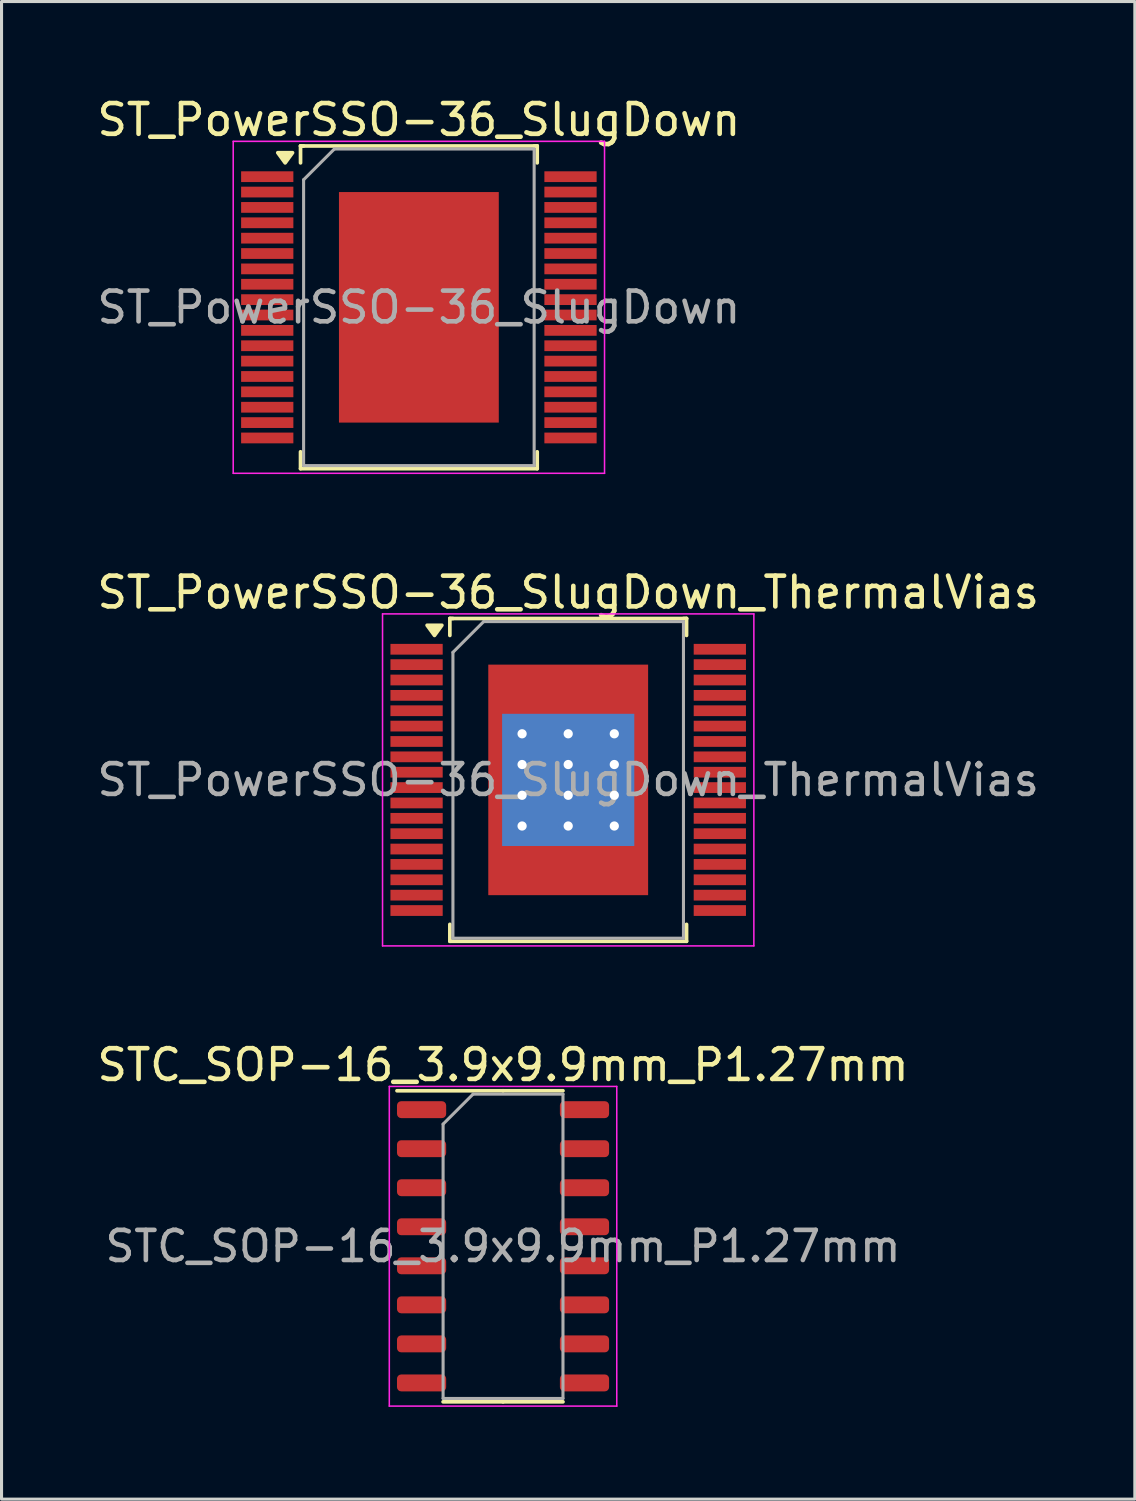
<source format=kicad_pcb>
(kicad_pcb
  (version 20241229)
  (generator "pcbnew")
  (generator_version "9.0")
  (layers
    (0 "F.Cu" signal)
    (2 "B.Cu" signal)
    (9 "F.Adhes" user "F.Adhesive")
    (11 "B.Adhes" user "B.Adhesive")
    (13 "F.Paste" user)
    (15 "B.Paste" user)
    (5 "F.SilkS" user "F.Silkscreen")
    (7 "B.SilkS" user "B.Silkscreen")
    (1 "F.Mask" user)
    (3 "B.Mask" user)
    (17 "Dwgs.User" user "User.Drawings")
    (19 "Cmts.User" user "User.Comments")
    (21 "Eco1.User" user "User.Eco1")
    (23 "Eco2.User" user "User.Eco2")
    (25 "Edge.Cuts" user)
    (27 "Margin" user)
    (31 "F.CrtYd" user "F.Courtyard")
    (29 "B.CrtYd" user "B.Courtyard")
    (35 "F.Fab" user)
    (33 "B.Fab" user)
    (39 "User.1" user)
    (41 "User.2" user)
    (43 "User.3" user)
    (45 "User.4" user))
  (footprint "ST_PowerSSO-36_SlugDown"
    (layer "F.Cu")
    (at 10.577 6.948)
    (property "Reference" "ST_PowerSSO-36_SlugDown" (at 0 -6.1 0) (layer "F.SilkS") (effects (font (size 1 1) (thickness 0.15))))
    (attr smd)
    (fp_line (start -3.85 -5.25) (end -3.85 -4.7) (stroke (width 0.12) (type solid)) (layer "F.SilkS"))
    (fp_line (start -3.85 5.25) (end -3.85 4.7) (stroke (width 0.12) (type solid)) (layer "F.SilkS"))
    (fp_line (start -3.75 -5.25) (end -3.85 -5.25) (stroke (width 0.12) (type solid)) (layer "F.SilkS"))
    (fp_line (start 3.75 -5.25) (end 3.85 -5.25) (stroke (width 0.12) (type solid)) (layer "F.SilkS"))
    (fp_line (start 3.85 -5.25) (end -3.85 -5.25) (stroke (width 0.12) (type solid)) (layer "F.SilkS"))
    (fp_line (start 3.85 -5.25) (end 3.85 -4.7) (stroke (width 0.12) (type solid)) (layer "F.SilkS"))
    (fp_line (start 3.85 5.25) (end -3.85 5.25) (stroke (width 0.12) (type solid)) (layer "F.SilkS"))
    (fp_line (start 3.85 5.25) (end 3.85 4.7) (stroke (width 0.12) (type solid)) (layer "F.SilkS"))
    (fp_poly (pts (xy -4.35 -4.7) (xy -4.59 -5.03) (xy -4.11 -5.03) (xy -4.35 -4.7)) (stroke (width 0.12) (type solid)) (fill yes) (layer "F.SilkS"))
    (fp_line (start -6.04 -5.4) (end -6.04 5.4) (stroke (width 0.05) (type solid)) (layer "F.CrtYd"))
    (fp_line (start -6.04 -5.4) (end 6.04 -5.4) (stroke (width 0.05) (type solid)) (layer "F.CrtYd"))
    (fp_line (start 6.04 5.4) (end -6.04 5.4) (stroke (width 0.05) (type solid)) (layer "F.CrtYd"))
    (fp_line (start 6.04 5.4) (end 6.04 -5.4) (stroke (width 0.05) (type solid)) (layer "F.CrtYd"))
    (fp_line (start -3.75 -4.15) (end -3.75 5.15) (stroke (width 0.1) (type solid)) (layer "F.Fab"))
    (fp_line (start -3.75 5.15) (end 3.75 5.15) (stroke (width 0.1) (type solid)) (layer "F.Fab"))
    (fp_line (start -2.75 -5.15) (end -3.75 -4.15) (stroke (width 0.1) (type solid)) (layer "F.Fab"))
    (fp_line (start 3.75 -5.15) (end -2.75 -5.15) (stroke (width 0.1) (type solid)) (layer "F.Fab"))
    (fp_line (start 3.75 5.15) (end 3.75 -5.15) (stroke (width 0.1) (type solid)) (layer "F.Fab"))
    (fp_text user "${REFERENCE}" (at 0 0 0) (layer "F.Fab") (effects (font (size 1 1) (thickness 0.15))))
    (pad "1" smd rect (at -4.933 -4.25) (size 1.7 0.35) (layers "F.Cu" "F.Mask" "F.Paste"))
    (pad "2" smd rect (at -4.933 -3.75) (size 1.7 0.35) (layers "F.Cu" "F.Mask" "F.Paste"))
    (pad "3" smd rect (at -4.933 -3.25) (size 1.7 0.35) (layers "F.Cu" "F.Mask" "F.Paste"))
    (pad "4" smd rect (at -4.933 -2.75) (size 1.7 0.35) (layers "F.Cu" "F.Mask" "F.Paste"))
    (pad "5" smd rect (at -4.933 -2.25) (size 1.7 0.35) (layers "F.Cu" "F.Mask" "F.Paste"))
    (pad "6" smd rect (at -4.933 -1.75) (size 1.7 0.35) (layers "F.Cu" "F.Mask" "F.Paste"))
    (pad "7" smd rect (at -4.933 -1.25) (size 1.7 0.35) (layers "F.Cu" "F.Mask" "F.Paste"))
    (pad "8" smd rect (at -4.933 -0.75) (size 1.7 0.35) (layers "F.Cu" "F.Mask" "F.Paste"))
    (pad "9" smd rect (at -4.933 -0.25) (size 1.7 0.35) (layers "F.Cu" "F.Mask" "F.Paste"))
    (pad "10" smd rect (at -4.933 0.25) (size 1.7 0.35) (layers "F.Cu" "F.Mask" "F.Paste"))
    (pad "11" smd rect (at -4.933 0.75) (size 1.7 0.35) (layers "F.Cu" "F.Mask" "F.Paste"))
    (pad "12" smd rect (at -4.933 1.25) (size 1.7 0.35) (layers "F.Cu" "F.Mask" "F.Paste"))
    (pad "13" smd rect (at -4.933 1.75) (size 1.7 0.35) (layers "F.Cu" "F.Mask" "F.Paste"))
    (pad "14" smd rect (at -4.933 2.25) (size 1.7 0.35) (layers "F.Cu" "F.Mask" "F.Paste"))
    (pad "15" smd rect (at -4.933 2.75) (size 1.7 0.35) (layers "F.Cu" "F.Mask" "F.Paste"))
    (pad "16" smd rect (at -4.933 3.25) (size 1.7 0.35) (layers "F.Cu" "F.Mask" "F.Paste"))
    (pad "17" smd rect (at -4.933 3.75) (size 1.7 0.35) (layers "F.Cu" "F.Mask" "F.Paste"))
    (pad "18" smd rect (at -4.933 4.25) (size 1.7 0.35) (layers "F.Cu" "F.Mask" "F.Paste"))
    (pad "19" smd rect (at 4.933 4.25) (size 1.7 0.35) (layers "F.Cu" "F.Mask" "F.Paste"))
    (pad "20" smd rect (at 4.933 3.75) (size 1.7 0.35) (layers "F.Cu" "F.Mask" "F.Paste"))
    (pad "21" smd rect (at 4.933 3.25) (size 1.7 0.35) (layers "F.Cu" "F.Mask" "F.Paste"))
    (pad "22" smd rect (at 4.933 2.75) (size 1.7 0.35) (layers "F.Cu" "F.Mask" "F.Paste"))
    (pad "23" smd rect (at 4.933 2.25) (size 1.7 0.35) (layers "F.Cu" "F.Mask" "F.Paste"))
    (pad "24" smd rect (at 4.933 1.75) (size 1.7 0.35) (layers "F.Cu" "F.Mask" "F.Paste"))
    (pad "25" smd rect (at 4.933 1.25) (size 1.7 0.35) (layers "F.Cu" "F.Mask" "F.Paste"))
    (pad "26" smd rect (at 4.933 0.75) (size 1.7 0.35) (layers "F.Cu" "F.Mask" "F.Paste"))
    (pad "27" smd rect (at 4.933 0.25) (size 1.7 0.35) (layers "F.Cu" "F.Mask" "F.Paste"))
    (pad "28" smd rect (at 4.933 -0.25) (size 1.7 0.35) (layers "F.Cu" "F.Mask" "F.Paste"))
    (pad "29" smd rect (at 4.933 -0.75) (size 1.7 0.35) (layers "F.Cu" "F.Mask" "F.Paste"))
    (pad "30" smd rect (at 4.933 -1.25) (size 1.7 0.35) (layers "F.Cu" "F.Mask" "F.Paste"))
    (pad "31" smd rect (at 4.933 -1.75) (size 1.7 0.35) (layers "F.Cu" "F.Mask" "F.Paste"))
    (pad "32" smd rect (at 4.933 -2.25) (size 1.7 0.35) (layers "F.Cu" "F.Mask" "F.Paste"))
    (pad "33" smd rect (at 4.933 -2.75) (size 1.7 0.35) (layers "F.Cu" "F.Mask" "F.Paste"))
    (pad "34" smd rect (at 4.933 -3.25) (size 1.7 0.35) (layers "F.Cu" "F.Mask" "F.Paste"))
    (pad "35" smd rect (at 4.933 -3.75) (size 1.7 0.35) (layers "F.Cu" "F.Mask" "F.Paste"))
    (pad "36" smd rect (at 4.933 -4.25) (size 1.7 0.35) (layers "F.Cu" "F.Mask" "F.Paste"))
    (pad "37" smd rect (at 0 0) (size 5.2 7.5) (layers "F.Cu" "F.Mask" "F.Paste")))
  (footprint "STC_SOP-16_3.9x9.9mm_P1.27mm"
    (layer "F.Cu")
    (at 13.315 37.495)
    (property "Reference" "STC_SOP-16_3.9x9.9mm_P1.27mm" (at 0 -5.9 0) (layer "F.SilkS") (effects (font (size 1 1) (thickness 0.15))))
    (attr smd)
    (fp_line (start 0 -5.06) (end -3.45 -5.06) (stroke (width 0.12) (type solid)) (layer "F.SilkS"))
    (fp_line (start 0 -5.06) (end 1.95 -5.06) (stroke (width 0.12) (type solid)) (layer "F.SilkS"))
    (fp_line (start 0 5.06) (end -1.95 5.06) (stroke (width 0.12) (type solid)) (layer "F.SilkS"))
    (fp_line (start 0 5.06) (end 1.95 5.06) (stroke (width 0.12) (type solid)) (layer "F.SilkS"))
    (fp_line (start -3.7 -5.2) (end -3.7 5.2) (stroke (width 0.05) (type solid)) (layer "F.CrtYd"))
    (fp_line (start -3.7 5.2) (end 3.7 5.2) (stroke (width 0.05) (type solid)) (layer "F.CrtYd"))
    (fp_line (start 3.7 -5.2) (end -3.7 -5.2) (stroke (width 0.05) (type solid)) (layer "F.CrtYd"))
    (fp_line (start 3.7 5.2) (end 3.7 -5.2) (stroke (width 0.05) (type solid)) (layer "F.CrtYd"))
    (fp_line (start -1.95 -3.975) (end -0.975 -4.95) (stroke (width 0.1) (type solid)) (layer "F.Fab"))
    (fp_line (start -1.95 4.95) (end -1.95 -3.975) (stroke (width 0.1) (type solid)) (layer "F.Fab"))
    (fp_line (start -0.975 -4.95) (end 1.95 -4.95) (stroke (width 0.1) (type solid)) (layer "F.Fab"))
    (fp_line (start 1.95 -4.95) (end 1.95 4.95) (stroke (width 0.1) (type solid)) (layer "F.Fab"))
    (fp_line (start 1.95 4.95) (end -1.95 4.95) (stroke (width 0.1) (type solid)) (layer "F.Fab"))
    (fp_text user "${REFERENCE}" (at 0 0 0) (layer "F.Fab") (effects (font (size 0.98 0.98) (thickness 0.15))))
    (pad "1" smd roundrect (at -2.65 -4.445) (size 1.6 0.55) (layers "F.Cu" "F.Mask" "F.Paste") (roundrect_rratio 0.25))
    (pad "2" smd roundrect (at -2.65 -3.175) (size 1.6 0.55) (layers "F.Cu" "F.Mask" "F.Paste") (roundrect_rratio 0.25))
    (pad "3" smd roundrect (at -2.65 -1.905) (size 1.6 0.55) (layers "F.Cu" "F.Mask" "F.Paste") (roundrect_rratio 0.25))
    (pad "4" smd roundrect (at -2.65 -0.635) (size 1.6 0.55) (layers "F.Cu" "F.Mask" "F.Paste") (roundrect_rratio 0.25))
    (pad "5" smd roundrect (at -2.65 0.635) (size 1.6 0.55) (layers "F.Cu" "F.Mask" "F.Paste") (roundrect_rratio 0.25))
    (pad "6" smd roundrect (at -2.65 1.905) (size 1.6 0.55) (layers "F.Cu" "F.Mask" "F.Paste") (roundrect_rratio 0.25))
    (pad "7" smd roundrect (at -2.65 3.175) (size 1.6 0.55) (layers "F.Cu" "F.Mask" "F.Paste") (roundrect_rratio 0.25))
    (pad "8" smd roundrect (at -2.65 4.445) (size 1.6 0.55) (layers "F.Cu" "F.Mask" "F.Paste") (roundrect_rratio 0.25))
    (pad "9" smd roundrect (at 2.65 4.445) (size 1.6 0.55) (layers "F.Cu" "F.Mask" "F.Paste") (roundrect_rratio 0.25))
    (pad "10" smd roundrect (at 2.65 3.175) (size 1.6 0.55) (layers "F.Cu" "F.Mask" "F.Paste") (roundrect_rratio 0.25))
    (pad "11" smd roundrect (at 2.65 1.905) (size 1.6 0.55) (layers "F.Cu" "F.Mask" "F.Paste") (roundrect_rratio 0.25))
    (pad "12" smd roundrect (at 2.65 0.635) (size 1.6 0.55) (layers "F.Cu" "F.Mask" "F.Paste") (roundrect_rratio 0.25))
    (pad "13" smd roundrect (at 2.65 -0.635) (size 1.6 0.55) (layers "F.Cu" "F.Mask" "F.Paste") (roundrect_rratio 0.25))
    (pad "14" smd roundrect (at 2.65 -1.905) (size 1.6 0.55) (layers "F.Cu" "F.Mask" "F.Paste") (roundrect_rratio 0.25))
    (pad "15" smd roundrect (at 2.65 -3.175) (size 1.6 0.55) (layers "F.Cu" "F.Mask" "F.Paste") (roundrect_rratio 0.25))
    (pad "16" smd roundrect (at 2.65 -4.445) (size 1.6 0.55) (layers "F.Cu" "F.Mask" "F.Paste") (roundrect_rratio 0.25)))
  (footprint "ST_PowerSSO-36_SlugDown_ThermalVias"
    (layer "F.Cu")
    (at 15.435 22.322)
    (property "Reference" "ST_PowerSSO-36_SlugDown_ThermalVias" (at 0 -6.1 0) (layer "F.SilkS") (effects (font (size 1 1) (thickness 0.15))))
    (attr smd)
    (fp_line (start -3.85 -5.25) (end -3.85 -4.7) (stroke (width 0.12) (type solid)) (layer "F.SilkS"))
    (fp_line (start -3.85 5.25) (end -3.85 4.7) (stroke (width 0.12) (type solid)) (layer "F.SilkS"))
    (fp_line (start -3.75 -5.25) (end -3.85 -5.25) (stroke (width 0.12) (type solid)) (layer "F.SilkS"))
    (fp_line (start 3.75 -5.25) (end 3.85 -5.25) (stroke (width 0.12) (type solid)) (layer "F.SilkS"))
    (fp_line (start 3.85 -5.25) (end -3.85 -5.25) (stroke (width 0.12) (type solid)) (layer "F.SilkS"))
    (fp_line (start 3.85 -5.25) (end 3.85 -4.7) (stroke (width 0.12) (type solid)) (layer "F.SilkS"))
    (fp_line (start 3.85 5.25) (end -3.85 5.25) (stroke (width 0.12) (type solid)) (layer "F.SilkS"))
    (fp_line (start 3.85 5.25) (end 3.85 4.7) (stroke (width 0.12) (type solid)) (layer "F.SilkS"))
    (fp_poly (pts (xy -4.35 -4.7) (xy -4.59 -5.03) (xy -4.11 -5.03) (xy -4.35 -4.7)) (stroke (width 0.12) (type solid)) (fill yes) (layer "F.SilkS"))
    (fp_line (start -6.04 -5.4) (end -6.04 5.4) (stroke (width 0.05) (type solid)) (layer "F.CrtYd"))
    (fp_line (start -6.04 -5.4) (end 6.04 -5.4) (stroke (width 0.05) (type solid)) (layer "F.CrtYd"))
    (fp_line (start 6.04 5.4) (end -6.04 5.4) (stroke (width 0.05) (type solid)) (layer "F.CrtYd"))
    (fp_line (start 6.04 5.4) (end 6.04 -5.4) (stroke (width 0.05) (type solid)) (layer "F.CrtYd"))
    (fp_line (start -3.75 -4.15) (end -3.75 5.15) (stroke (width 0.1) (type solid)) (layer "F.Fab"))
    (fp_line (start -3.75 5.15) (end 3.75 5.15) (stroke (width 0.1) (type solid)) (layer "F.Fab"))
    (fp_line (start -2.75 -5.15) (end -3.75 -4.15) (stroke (width 0.1) (type solid)) (layer "F.Fab"))
    (fp_line (start 3.75 -5.15) (end -2.75 -5.15) (stroke (width 0.1) (type solid)) (layer "F.Fab"))
    (fp_line (start 3.75 5.15) (end 3.75 -5.15) (stroke (width 0.1) (type solid)) (layer "F.Fab"))
    (fp_text user "${REFERENCE}" (at 0 0 0) (layer "F.Fab") (effects (font (size 1 1) (thickness 0.15))))
    (pad "1" smd rect (at -4.933 -4.25) (size 1.7 0.35) (layers "F.Cu" "F.Mask" "F.Paste"))
    (pad "2" smd rect (at -4.933 -3.75) (size 1.7 0.35) (layers "F.Cu" "F.Mask" "F.Paste"))
    (pad "3" smd rect (at -4.933 -3.25) (size 1.7 0.35) (layers "F.Cu" "F.Mask" "F.Paste"))
    (pad "4" smd rect (at -4.933 -2.75) (size 1.7 0.35) (layers "F.Cu" "F.Mask" "F.Paste"))
    (pad "5" smd rect (at -4.933 -2.25) (size 1.7 0.35) (layers "F.Cu" "F.Mask" "F.Paste"))
    (pad "6" smd rect (at -4.933 -1.75) (size 1.7 0.35) (layers "F.Cu" "F.Mask" "F.Paste"))
    (pad "7" smd rect (at -4.933 -1.25) (size 1.7 0.35) (layers "F.Cu" "F.Mask" "F.Paste"))
    (pad "8" smd rect (at -4.933 -0.75) (size 1.7 0.35) (layers "F.Cu" "F.Mask" "F.Paste"))
    (pad "9" smd rect (at -4.933 -0.25) (size 1.7 0.35) (layers "F.Cu" "F.Mask" "F.Paste"))
    (pad "10" smd rect (at -4.933 0.25) (size 1.7 0.35) (layers "F.Cu" "F.Mask" "F.Paste"))
    (pad "11" smd rect (at -4.933 0.75) (size 1.7 0.35) (layers "F.Cu" "F.Mask" "F.Paste"))
    (pad "12" smd rect (at -4.933 1.25) (size 1.7 0.35) (layers "F.Cu" "F.Mask" "F.Paste"))
    (pad "13" smd rect (at -4.933 1.75) (size 1.7 0.35) (layers "F.Cu" "F.Mask" "F.Paste"))
    (pad "14" smd rect (at -4.933 2.25) (size 1.7 0.35) (layers "F.Cu" "F.Mask" "F.Paste"))
    (pad "15" smd rect (at -4.933 2.75) (size 1.7 0.35) (layers "F.Cu" "F.Mask" "F.Paste"))
    (pad "16" smd rect (at -4.933 3.25) (size 1.7 0.35) (layers "F.Cu" "F.Mask" "F.Paste"))
    (pad "17" smd rect (at -4.933 3.75) (size 1.7 0.35) (layers "F.Cu" "F.Mask" "F.Paste"))
    (pad "18" smd rect (at -4.933 4.25) (size 1.7 0.35) (layers "F.Cu" "F.Mask" "F.Paste"))
    (pad "19" smd rect (at 4.933 4.25) (size 1.7 0.35) (layers "F.Cu" "F.Mask" "F.Paste"))
    (pad "20" smd rect (at 4.933 3.75) (size 1.7 0.35) (layers "F.Cu" "F.Mask" "F.Paste"))
    (pad "21" smd rect (at 4.933 3.25) (size 1.7 0.35) (layers "F.Cu" "F.Mask" "F.Paste"))
    (pad "22" smd rect (at 4.933 2.75) (size 1.7 0.35) (layers "F.Cu" "F.Mask" "F.Paste"))
    (pad "23" smd rect (at 4.933 2.25) (size 1.7 0.35) (layers "F.Cu" "F.Mask" "F.Paste"))
    (pad "24" smd rect (at 4.933 1.75) (size 1.7 0.35) (layers "F.Cu" "F.Mask" "F.Paste"))
    (pad "25" smd rect (at 4.933 1.25) (size 1.7 0.35) (layers "F.Cu" "F.Mask" "F.Paste"))
    (pad "26" smd rect (at 4.933 0.75) (size 1.7 0.35) (layers "F.Cu" "F.Mask" "F.Paste"))
    (pad "27" smd rect (at 4.933 0.25) (size 1.7 0.35) (layers "F.Cu" "F.Mask" "F.Paste"))
    (pad "28" smd rect (at 4.933 -0.25) (size 1.7 0.35) (layers "F.Cu" "F.Mask" "F.Paste"))
    (pad "29" smd rect (at 4.933 -0.75) (size 1.7 0.35) (layers "F.Cu" "F.Mask" "F.Paste"))
    (pad "30" smd rect (at 4.933 -1.25) (size 1.7 0.35) (layers "F.Cu" "F.Mask" "F.Paste"))
    (pad "31" smd rect (at 4.933 -1.75) (size 1.7 0.35) (layers "F.Cu" "F.Mask" "F.Paste"))
    (pad "32" smd rect (at 4.933 -2.25) (size 1.7 0.35) (layers "F.Cu" "F.Mask" "F.Paste"))
    (pad "33" smd rect (at 4.933 -2.75) (size 1.7 0.35) (layers "F.Cu" "F.Mask" "F.Paste"))
    (pad "34" smd rect (at 4.933 -3.25) (size 1.7 0.35) (layers "F.Cu" "F.Mask" "F.Paste"))
    (pad "35" smd rect (at 4.933 -3.75) (size 1.7 0.35) (layers "F.Cu" "F.Mask" "F.Paste"))
    (pad "36" smd rect (at 4.933 -4.25) (size 1.7 0.35) (layers "F.Cu" "F.Mask" "F.Paste"))
    (pad "37" thru_hole circle (at -1.5 -1.5) (size 0.6 0.6) (drill 0.3) (layers "*.Cu"))
    (pad "37" thru_hole circle (at -1.5 -0.5) (size 0.6 0.6) (drill 0.3) (layers "*.Cu"))
    (pad "37" thru_hole circle (at -1.5 0.5) (size 0.6 0.6) (drill 0.3) (layers "*.Cu"))
    (pad "37" thru_hole circle (at -1.5 1.5) (size 0.6 0.6) (drill 0.3) (layers "*.Cu"))
    (pad "37" thru_hole circle (at 0 -1.5) (size 0.6 0.6) (drill 0.3) (layers "*.Cu"))
    (pad "37" thru_hole circle (at 0 -0.5) (size 0.6 0.6) (drill 0.3) (layers "*.Cu"))
    (pad "37" smd rect (at 0 0) (size 4.3 4.3) (layers "B.Cu"))
    (pad "37" smd rect (at 0 0) (size 5.2 7.5) (layers "F.Cu" "F.Mask" "F.Paste"))
    (pad "37" thru_hole circle (at 0 0.5) (size 0.6 0.6) (drill 0.3) (layers "*.Cu"))
    (pad "37" thru_hole circle (at 0 1.5) (size 0.6 0.6) (drill 0.3) (layers "*.Cu"))
    (pad "37" thru_hole circle (at 1.5 -1.5) (size 0.6 0.6) (drill 0.3) (layers "*.Cu"))
    (pad "37" thru_hole circle (at 1.5 -0.5) (size 0.6 0.6) (drill 0.3) (layers "*.Cu"))
    (pad "37" thru_hole circle (at 1.5 0.5) (size 0.6 0.6) (drill 0.3) (layers "*.Cu"))
    (pad "37" thru_hole circle (at 1.5 1.5) (size 0.6 0.6) (drill 0.3) (layers "*.Cu")))
  (gr_rect
    (start -3 -3)
    (end 33.869 45.72)
    (stroke (width 0.1) (type default))
    (fill no)
    (layer "Edge.Cuts")))
</source>
